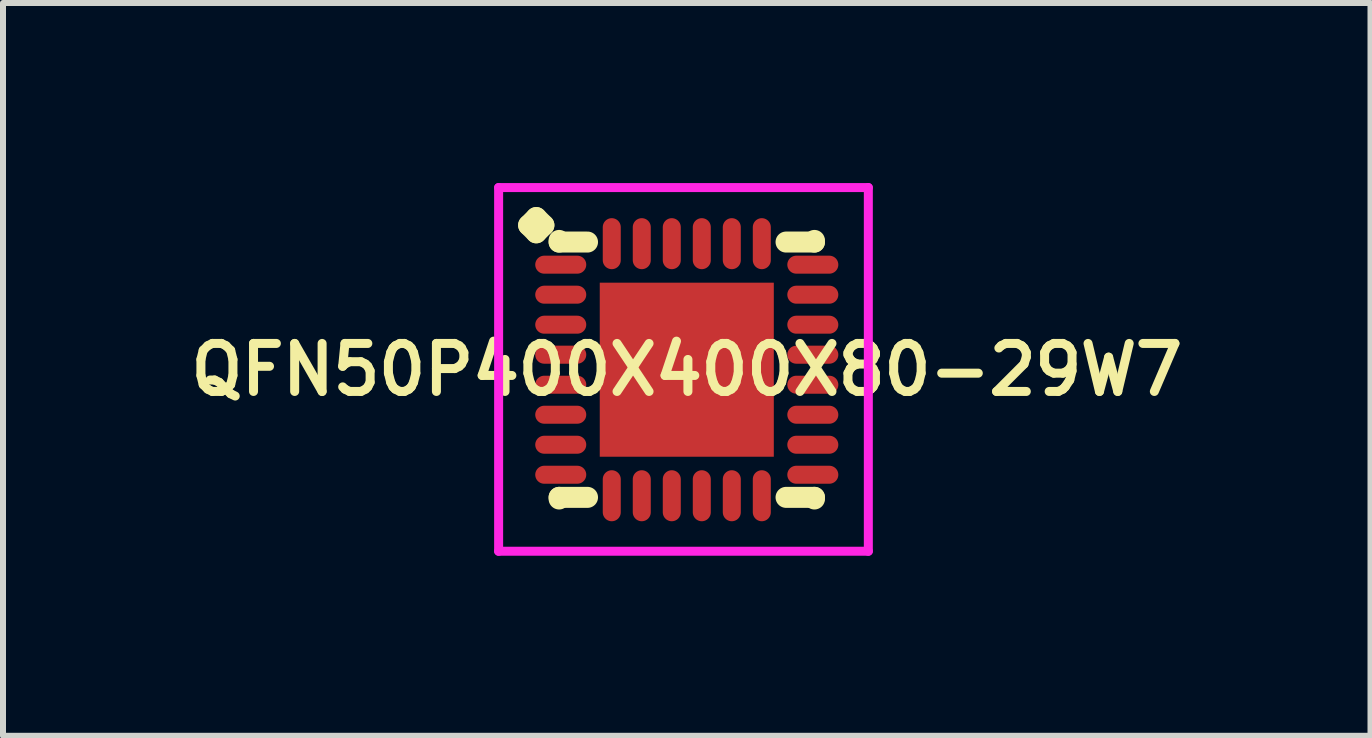
<source format=kicad_pcb>
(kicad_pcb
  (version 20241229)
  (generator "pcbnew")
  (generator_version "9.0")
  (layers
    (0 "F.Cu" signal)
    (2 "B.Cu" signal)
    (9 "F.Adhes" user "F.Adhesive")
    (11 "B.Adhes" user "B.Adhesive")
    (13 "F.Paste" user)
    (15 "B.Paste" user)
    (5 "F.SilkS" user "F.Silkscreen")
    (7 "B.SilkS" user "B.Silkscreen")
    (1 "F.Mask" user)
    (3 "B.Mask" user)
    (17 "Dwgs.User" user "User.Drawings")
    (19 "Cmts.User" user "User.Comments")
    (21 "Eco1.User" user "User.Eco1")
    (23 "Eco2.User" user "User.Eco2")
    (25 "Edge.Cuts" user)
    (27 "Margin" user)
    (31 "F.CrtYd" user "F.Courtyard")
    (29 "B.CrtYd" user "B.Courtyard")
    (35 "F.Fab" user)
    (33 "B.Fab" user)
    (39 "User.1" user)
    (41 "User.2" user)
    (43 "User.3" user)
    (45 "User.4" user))
  (footprint "QFN50P400X400X80-29W7"
    (layer "F.Cu")
    (at 8.393 3.11)
    (property "Reference" "QFN50P400X400X80-29W7" (at 0 0 0) (layer "F.SilkS") (effects (font (size 0.8 0.8) (thickness 0.15))))
    (attr smd)
    (fp_line (start -2.635 -2.408) (end -2.508 -2.535) (stroke (width 0.35) (type solid)) (layer "F.SilkS"))
    (fp_line (start -2.508 -2.535) (end -2.381 -2.408) (stroke (width 0.35) (type solid)) (layer "F.SilkS"))
    (fp_line (start -2.508 -2.281) (end -2.635 -2.408) (stroke (width 0.35) (type solid)) (layer "F.SilkS"))
    (fp_line (start -2.381 -2.408) (end -2.508 -2.281) (stroke (width 0.35) (type solid)) (layer "F.SilkS"))
    (fp_line (start -2.127 -2.154) (end -2.127 -2.127) (stroke (width 0.35) (type solid)) (layer "F.SilkS"))
    (fp_line (start -2.127 -2.127) (end -1.654 -2.127) (stroke (width 0.35) (type solid)) (layer "F.SilkS"))
    (fp_line (start -2.127 2.127) (end -1.654 2.127) (stroke (width 0.35) (type solid)) (layer "F.SilkS"))
    (fp_line (start -2.127 2.154) (end -2.127 2.127) (stroke (width 0.35) (type solid)) (layer "F.SilkS"))
    (fp_line (start 1.654 -2.127) (end 2.127 -2.127) (stroke (width 0.35) (type solid)) (layer "F.SilkS"))
    (fp_line (start 1.654 2.127) (end 2.127 2.127) (stroke (width 0.35) (type solid)) (layer "F.SilkS"))
    (fp_line (start 2.127 -2.127) (end 2.127 -2.154) (stroke (width 0.35) (type solid)) (layer "F.SilkS"))
    (fp_line (start 2.127 2.127) (end 2.127 2.154) (stroke (width 0.35) (type solid)) (layer "F.SilkS"))
    (fp_line (start -3.135 -3.035) (end 3.025 -3.035) (stroke (width 0.15) (type solid)) (layer "F.CrtYd"))
    (fp_line (start -3.135 3.025) (end -3.135 -3.035) (stroke (width 0.15) (type solid)) (layer "F.CrtYd"))
    (fp_line (start 3.025 -3.035) (end 3.025 3.025) (stroke (width 0.15) (type solid)) (layer "F.CrtYd"))
    (fp_line (start 3.025 3.025) (end -3.135 3.025) (stroke (width 0.15) (type solid)) (layer "F.CrtYd"))
    (pad "1" smd oval (at -2.1 -1.75) (size 0.85 0.3) (layers "F.Cu" "F.Mask" "F.Paste"))
    (pad "2" smd oval (at -2.1 -1.25) (size 0.85 0.3) (layers "F.Cu" "F.Mask" "F.Paste"))
    (pad "3" smd oval (at -2.1 -0.75) (size 0.85 0.3) (layers "F.Cu" "F.Mask" "F.Paste"))
    (pad "4" smd oval (at -2.1 -0.25) (size 0.85 0.3) (layers "F.Cu" "F.Mask" "F.Paste"))
    (pad "5" smd oval (at -2.1 0.25) (size 0.85 0.3) (layers "F.Cu" "F.Mask" "F.Paste"))
    (pad "6" smd oval (at -2.1 0.75) (size 0.85 0.3) (layers "F.Cu" "F.Mask" "F.Paste"))
    (pad "7" smd oval (at -2.1 1.25) (size 0.85 0.3) (layers "F.Cu" "F.Mask" "F.Paste"))
    (pad "8" smd oval (at -2.1 1.75) (size 0.85 0.3) (layers "F.Cu" "F.Mask" "F.Paste"))
    (pad "9" smd oval (at -1.25 2.1) (size 0.3 0.85) (layers "F.Cu" "F.Mask" "F.Paste"))
    (pad "10" smd oval (at -0.75 2.1) (size 0.3 0.85) (layers "F.Cu" "F.Mask" "F.Paste"))
    (pad "11" smd oval (at -0.25 2.1) (size 0.3 0.85) (layers "F.Cu" "F.Mask" "F.Paste"))
    (pad "12" smd oval (at 0.25 2.1) (size 0.3 0.85) (layers "F.Cu" "F.Mask" "F.Paste"))
    (pad "13" smd oval (at 0.75 2.1) (size 0.3 0.85) (layers "F.Cu" "F.Mask" "F.Paste"))
    (pad "14" smd oval (at 1.25 2.1) (size 0.3 0.85) (layers "F.Cu" "F.Mask" "F.Paste"))
    (pad "15" smd oval (at 2.1 1.75) (size 0.85 0.3) (layers "F.Cu" "F.Mask" "F.Paste"))
    (pad "16" smd oval (at 2.1 1.25) (size 0.85 0.3) (layers "F.Cu" "F.Mask" "F.Paste"))
    (pad "17" smd oval (at 2.1 0.75) (size 0.85 0.3) (layers "F.Cu" "F.Mask" "F.Paste"))
    (pad "18" smd oval (at 2.1 0.25) (size 0.85 0.3) (layers "F.Cu" "F.Mask" "F.Paste"))
    (pad "19" smd oval (at 2.1 -0.25) (size 0.85 0.3) (layers "F.Cu" "F.Mask" "F.Paste"))
    (pad "20" smd oval (at 2.1 -0.75) (size 0.85 0.3) (layers "F.Cu" "F.Mask" "F.Paste"))
    (pad "21" smd oval (at 2.1 -1.25) (size 0.85 0.3) (layers "F.Cu" "F.Mask" "F.Paste"))
    (pad "22" smd oval (at 2.1 -1.75) (size 0.85 0.3) (layers "F.Cu" "F.Mask" "F.Paste"))
    (pad "23" smd oval (at 1.25 -2.1) (size 0.3 0.85) (layers "F.Cu" "F.Mask" "F.Paste"))
    (pad "24" smd oval (at 0.75 -2.1) (size 0.3 0.85) (layers "F.Cu" "F.Mask" "F.Paste"))
    (pad "25" smd oval (at 0.25 -2.1) (size 0.3 0.85) (layers "F.Cu" "F.Mask" "F.Paste"))
    (pad "26" smd oval (at -0.25 -2.1) (size 0.3 0.85) (layers "F.Cu" "F.Mask" "F.Paste"))
    (pad "27" smd oval (at -0.75 -2.1) (size 0.3 0.85) (layers "F.Cu" "F.Mask" "F.Paste"))
    (pad "28" smd oval (at -1.25 -2.1) (size 0.3 0.85) (layers "F.Cu" "F.Mask" "F.Paste"))
    (pad "29" smd rect (at 0 0) (size 2.9 2.9) (layers "F.Cu" "F.Mask" "F.Paste")))
  (gr_rect
    (start -3 -3)
    (end 19.785 9.21)
    (stroke (width 0.1) (type default))
    (fill no)
    (layer "Edge.Cuts")))
</source>
